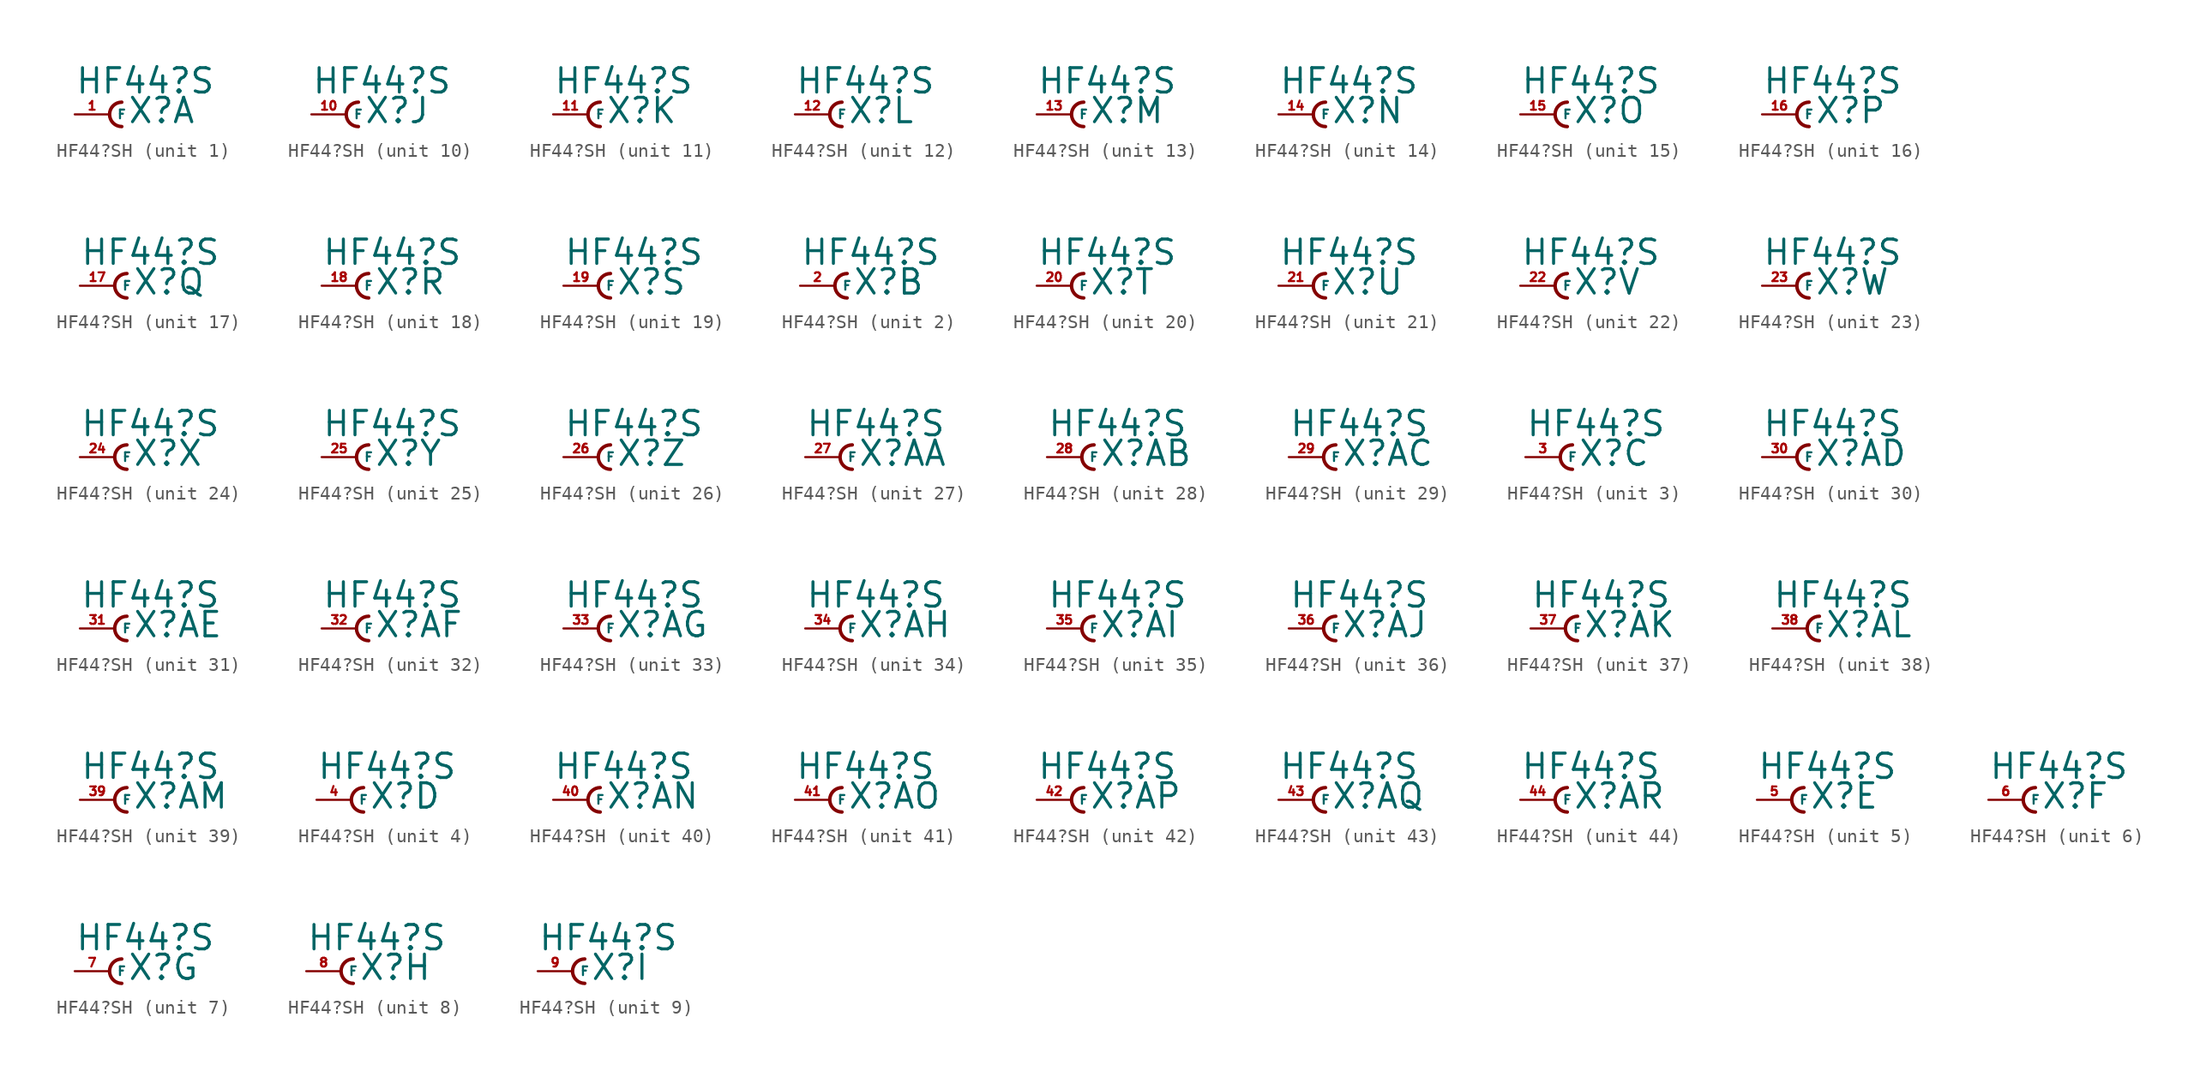
<source format=kicad_sym>
(kicad_symbol_lib
  (version 20220914)
  (generator Eagle2Kicad)
  (symbol "HF44?SH"
    (property "Reference" "X"
      (at 1.27 -0.762 0)
      (effects (font (size 1.778 1.778) (thickness 0.22)) (justify left bottom)))
    (property "Value" "HF44?S"
      (at -2.54 1.397 0)
      (effects (font (size 1.778 1.778) (thickness 0.22)) (justify left bottom)))
    (symbol "HF44?SH_1_0"
      (arc (start 0.889 0.889) (mid 0.000 0.000) (end 0.889 -0.889) (stroke (width 0.254) (type default)) (fill (type none)))
      (pin passive line (at -2.54 0 0) (length 2.54) (name "F" (effects (font (size 0.635 0.635) (thickness 0.08)) (justify left bottom))) (number "1" (effects (font (size 0.635 0.635) (thickness 0.08)) (justify left bottom)))))
    (symbol "HF44?SH_2_0"
      (arc (start 0.889 0.889) (mid 0.000 0.000) (end 0.889 -0.889) (stroke (width 0.254) (type default)) (fill (type none)))
      (pin passive line (at -2.54 0 0) (length 2.54) (name "F" (effects (font (size 0.635 0.635) (thickness 0.08)) (justify left bottom))) (number "2" (effects (font (size 0.635 0.635) (thickness 0.08)) (justify left bottom)))))
    (symbol "HF44?SH_3_0"
      (arc (start 0.889 0.889) (mid 0.000 0.000) (end 0.889 -0.889) (stroke (width 0.254) (type default)) (fill (type none)))
      (pin passive line (at -2.54 0 0) (length 2.54) (name "F" (effects (font (size 0.635 0.635) (thickness 0.08)) (justify left bottom))) (number "3" (effects (font (size 0.635 0.635) (thickness 0.08)) (justify left bottom)))))
    (symbol "HF44?SH_4_0"
      (arc (start 0.889 0.889) (mid 0.000 0.000) (end 0.889 -0.889) (stroke (width 0.254) (type default)) (fill (type none)))
      (pin passive line (at -2.54 0 0) (length 2.54) (name "F" (effects (font (size 0.635 0.635) (thickness 0.08)) (justify left bottom))) (number "4" (effects (font (size 0.635 0.635) (thickness 0.08)) (justify left bottom)))))
    (symbol "HF44?SH_5_0"
      (arc (start 0.889 0.889) (mid 0.000 0.000) (end 0.889 -0.889) (stroke (width 0.254) (type default)) (fill (type none)))
      (pin passive line (at -2.54 0 0) (length 2.54) (name "F" (effects (font (size 0.635 0.635) (thickness 0.08)) (justify left bottom))) (number "5" (effects (font (size 0.635 0.635) (thickness 0.08)) (justify left bottom)))))
    (symbol "HF44?SH_6_0"
      (arc (start 0.889 0.889) (mid 0.000 0.000) (end 0.889 -0.889) (stroke (width 0.254) (type default)) (fill (type none)))
      (pin passive line (at -2.54 0 0) (length 2.54) (name "F" (effects (font (size 0.635 0.635) (thickness 0.08)) (justify left bottom))) (number "6" (effects (font (size 0.635 0.635) (thickness 0.08)) (justify left bottom)))))
    (symbol "HF44?SH_7_0"
      (arc (start 0.889 0.889) (mid 0.000 0.000) (end 0.889 -0.889) (stroke (width 0.254) (type default)) (fill (type none)))
      (pin passive line (at -2.54 0 0) (length 2.54) (name "F" (effects (font (size 0.635 0.635) (thickness 0.08)) (justify left bottom))) (number "7" (effects (font (size 0.635 0.635) (thickness 0.08)) (justify left bottom)))))
    (symbol "HF44?SH_8_0"
      (arc (start 0.889 0.889) (mid 0.000 0.000) (end 0.889 -0.889) (stroke (width 0.254) (type default)) (fill (type none)))
      (pin passive line (at -2.54 0 0) (length 2.54) (name "F" (effects (font (size 0.635 0.635) (thickness 0.08)) (justify left bottom))) (number "8" (effects (font (size 0.635 0.635) (thickness 0.08)) (justify left bottom)))))
    (symbol "HF44?SH_9_0"
      (arc (start 0.889 0.889) (mid 0.000 0.000) (end 0.889 -0.889) (stroke (width 0.254) (type default)) (fill (type none)))
      (pin passive line (at -2.54 0 0) (length 2.54) (name "F" (effects (font (size 0.635 0.635) (thickness 0.08)) (justify left bottom))) (number "9" (effects (font (size 0.635 0.635) (thickness 0.08)) (justify left bottom)))))
    (symbol "HF44?SH_10_0"
      (arc (start 0.889 0.889) (mid 0.000 0.000) (end 0.889 -0.889) (stroke (width 0.254) (type default)) (fill (type none)))
      (pin passive line (at -2.54 0 0) (length 2.54) (name "F" (effects (font (size 0.635 0.635) (thickness 0.08)) (justify left bottom))) (number "10" (effects (font (size 0.635 0.635) (thickness 0.08)) (justify left bottom)))))
    (symbol "HF44?SH_11_0"
      (arc (start 0.889 0.889) (mid 0.000 0.000) (end 0.889 -0.889) (stroke (width 0.254) (type default)) (fill (type none)))
      (pin passive line (at -2.54 0 0) (length 2.54) (name "F" (effects (font (size 0.635 0.635) (thickness 0.08)) (justify left bottom))) (number "11" (effects (font (size 0.635 0.635) (thickness 0.08)) (justify left bottom)))))
    (symbol "HF44?SH_12_0"
      (arc (start 0.889 0.889) (mid 0.000 0.000) (end 0.889 -0.889) (stroke (width 0.254) (type default)) (fill (type none)))
      (pin passive line (at -2.54 0 0) (length 2.54) (name "F" (effects (font (size 0.635 0.635) (thickness 0.08)) (justify left bottom))) (number "12" (effects (font (size 0.635 0.635) (thickness 0.08)) (justify left bottom)))))
    (symbol "HF44?SH_13_0"
      (arc (start 0.889 0.889) (mid 0.000 0.000) (end 0.889 -0.889) (stroke (width 0.254) (type default)) (fill (type none)))
      (pin passive line (at -2.54 0 0) (length 2.54) (name "F" (effects (font (size 0.635 0.635) (thickness 0.08)) (justify left bottom))) (number "13" (effects (font (size 0.635 0.635) (thickness 0.08)) (justify left bottom)))))
    (symbol "HF44?SH_14_0"
      (arc (start 0.889 0.889) (mid 0.000 0.000) (end 0.889 -0.889) (stroke (width 0.254) (type default)) (fill (type none)))
      (pin passive line (at -2.54 0 0) (length 2.54) (name "F" (effects (font (size 0.635 0.635) (thickness 0.08)) (justify left bottom))) (number "14" (effects (font (size 0.635 0.635) (thickness 0.08)) (justify left bottom)))))
    (symbol "HF44?SH_15_0"
      (arc (start 0.889 0.889) (mid 0.000 0.000) (end 0.889 -0.889) (stroke (width 0.254) (type default)) (fill (type none)))
      (pin passive line (at -2.54 0 0) (length 2.54) (name "F" (effects (font (size 0.635 0.635) (thickness 0.08)) (justify left bottom))) (number "15" (effects (font (size 0.635 0.635) (thickness 0.08)) (justify left bottom)))))
    (symbol "HF44?SH_16_0"
      (arc (start 0.889 0.889) (mid 0.000 0.000) (end 0.889 -0.889) (stroke (width 0.254) (type default)) (fill (type none)))
      (pin passive line (at -2.54 0 0) (length 2.54) (name "F" (effects (font (size 0.635 0.635) (thickness 0.08)) (justify left bottom))) (number "16" (effects (font (size 0.635 0.635) (thickness 0.08)) (justify left bottom)))))
    (symbol "HF44?SH_17_0"
      (arc (start 0.889 0.889) (mid 0.000 0.000) (end 0.889 -0.889) (stroke (width 0.254) (type default)) (fill (type none)))
      (pin passive line (at -2.54 0 0) (length 2.54) (name "F" (effects (font (size 0.635 0.635) (thickness 0.08)) (justify left bottom))) (number "17" (effects (font (size 0.635 0.635) (thickness 0.08)) (justify left bottom)))))
    (symbol "HF44?SH_18_0"
      (arc (start 0.889 0.889) (mid 0.000 0.000) (end 0.889 -0.889) (stroke (width 0.254) (type default)) (fill (type none)))
      (pin passive line (at -2.54 0 0) (length 2.54) (name "F" (effects (font (size 0.635 0.635) (thickness 0.08)) (justify left bottom))) (number "18" (effects (font (size 0.635 0.635) (thickness 0.08)) (justify left bottom)))))
    (symbol "HF44?SH_19_0"
      (arc (start 0.889 0.889) (mid 0.000 0.000) (end 0.889 -0.889) (stroke (width 0.254) (type default)) (fill (type none)))
      (pin passive line (at -2.54 0 0) (length 2.54) (name "F" (effects (font (size 0.635 0.635) (thickness 0.08)) (justify left bottom))) (number "19" (effects (font (size 0.635 0.635) (thickness 0.08)) (justify left bottom)))))
    (symbol "HF44?SH_20_0"
      (arc (start 0.889 0.889) (mid 0.000 0.000) (end 0.889 -0.889) (stroke (width 0.254) (type default)) (fill (type none)))
      (pin passive line (at -2.54 0 0) (length 2.54) (name "F" (effects (font (size 0.635 0.635) (thickness 0.08)) (justify left bottom))) (number "20" (effects (font (size 0.635 0.635) (thickness 0.08)) (justify left bottom)))))
    (symbol "HF44?SH_21_0"
      (arc (start 0.889 0.889) (mid 0.000 0.000) (end 0.889 -0.889) (stroke (width 0.254) (type default)) (fill (type none)))
      (pin passive line (at -2.54 0 0) (length 2.54) (name "F" (effects (font (size 0.635 0.635) (thickness 0.08)) (justify left bottom))) (number "21" (effects (font (size 0.635 0.635) (thickness 0.08)) (justify left bottom)))))
    (symbol "HF44?SH_22_0"
      (arc (start 0.889 0.889) (mid 0.000 0.000) (end 0.889 -0.889) (stroke (width 0.254) (type default)) (fill (type none)))
      (pin passive line (at -2.54 0 0) (length 2.54) (name "F" (effects (font (size 0.635 0.635) (thickness 0.08)) (justify left bottom))) (number "22" (effects (font (size 0.635 0.635) (thickness 0.08)) (justify left bottom)))))
    (symbol "HF44?SH_23_0"
      (arc (start 0.889 0.889) (mid 0.000 0.000) (end 0.889 -0.889) (stroke (width 0.254) (type default)) (fill (type none)))
      (pin passive line (at -2.54 0 0) (length 2.54) (name "F" (effects (font (size 0.635 0.635) (thickness 0.08)) (justify left bottom))) (number "23" (effects (font (size 0.635 0.635) (thickness 0.08)) (justify left bottom)))))
    (symbol "HF44?SH_24_0"
      (arc (start 0.889 0.889) (mid 0.000 0.000) (end 0.889 -0.889) (stroke (width 0.254) (type default)) (fill (type none)))
      (pin passive line (at -2.54 0 0) (length 2.54) (name "F" (effects (font (size 0.635 0.635) (thickness 0.08)) (justify left bottom))) (number "24" (effects (font (size 0.635 0.635) (thickness 0.08)) (justify left bottom)))))
    (symbol "HF44?SH_25_0"
      (arc (start 0.889 0.889) (mid 0.000 0.000) (end 0.889 -0.889) (stroke (width 0.254) (type default)) (fill (type none)))
      (pin passive line (at -2.54 0 0) (length 2.54) (name "F" (effects (font (size 0.635 0.635) (thickness 0.08)) (justify left bottom))) (number "25" (effects (font (size 0.635 0.635) (thickness 0.08)) (justify left bottom)))))
    (symbol "HF44?SH_26_0"
      (arc (start 0.889 0.889) (mid 0.000 0.000) (end 0.889 -0.889) (stroke (width 0.254) (type default)) (fill (type none)))
      (pin passive line (at -2.54 0 0) (length 2.54) (name "F" (effects (font (size 0.635 0.635) (thickness 0.08)) (justify left bottom))) (number "26" (effects (font (size 0.635 0.635) (thickness 0.08)) (justify left bottom)))))
    (symbol "HF44?SH_27_0"
      (arc (start 0.889 0.889) (mid 0.000 0.000) (end 0.889 -0.889) (stroke (width 0.254) (type default)) (fill (type none)))
      (pin passive line (at -2.54 0 0) (length 2.54) (name "F" (effects (font (size 0.635 0.635) (thickness 0.08)) (justify left bottom))) (number "27" (effects (font (size 0.635 0.635) (thickness 0.08)) (justify left bottom)))))
    (symbol "HF44?SH_28_0"
      (arc (start 0.889 0.889) (mid 0.000 0.000) (end 0.889 -0.889) (stroke (width 0.254) (type default)) (fill (type none)))
      (pin passive line (at -2.54 0 0) (length 2.54) (name "F" (effects (font (size 0.635 0.635) (thickness 0.08)) (justify left bottom))) (number "28" (effects (font (size 0.635 0.635) (thickness 0.08)) (justify left bottom)))))
    (symbol "HF44?SH_29_0"
      (arc (start 0.889 0.889) (mid 0.000 0.000) (end 0.889 -0.889) (stroke (width 0.254) (type default)) (fill (type none)))
      (pin passive line (at -2.54 0 0) (length 2.54) (name "F" (effects (font (size 0.635 0.635) (thickness 0.08)) (justify left bottom))) (number "29" (effects (font (size 0.635 0.635) (thickness 0.08)) (justify left bottom)))))
    (symbol "HF44?SH_30_0"
      (arc (start 0.889 0.889) (mid 0.000 0.000) (end 0.889 -0.889) (stroke (width 0.254) (type default)) (fill (type none)))
      (pin passive line (at -2.54 0 0) (length 2.54) (name "F" (effects (font (size 0.635 0.635) (thickness 0.08)) (justify left bottom))) (number "30" (effects (font (size 0.635 0.635) (thickness 0.08)) (justify left bottom)))))
    (symbol "HF44?SH_31_0"
      (arc (start 0.889 0.889) (mid 0.000 0.000) (end 0.889 -0.889) (stroke (width 0.254) (type default)) (fill (type none)))
      (pin passive line (at -2.54 0 0) (length 2.54) (name "F" (effects (font (size 0.635 0.635) (thickness 0.08)) (justify left bottom))) (number "31" (effects (font (size 0.635 0.635) (thickness 0.08)) (justify left bottom)))))
    (symbol "HF44?SH_32_0"
      (arc (start 0.889 0.889) (mid 0.000 0.000) (end 0.889 -0.889) (stroke (width 0.254) (type default)) (fill (type none)))
      (pin passive line (at -2.54 0 0) (length 2.54) (name "F" (effects (font (size 0.635 0.635) (thickness 0.08)) (justify left bottom))) (number "32" (effects (font (size 0.635 0.635) (thickness 0.08)) (justify left bottom)))))
    (symbol "HF44?SH_33_0"
      (arc (start 0.889 0.889) (mid 0.000 0.000) (end 0.889 -0.889) (stroke (width 0.254) (type default)) (fill (type none)))
      (pin passive line (at -2.54 0 0) (length 2.54) (name "F" (effects (font (size 0.635 0.635) (thickness 0.08)) (justify left bottom))) (number "33" (effects (font (size 0.635 0.635) (thickness 0.08)) (justify left bottom)))))
    (symbol "HF44?SH_34_0"
      (arc (start 0.889 0.889) (mid 0.000 0.000) (end 0.889 -0.889) (stroke (width 0.254) (type default)) (fill (type none)))
      (pin passive line (at -2.54 0 0) (length 2.54) (name "F" (effects (font (size 0.635 0.635) (thickness 0.08)) (justify left bottom))) (number "34" (effects (font (size 0.635 0.635) (thickness 0.08)) (justify left bottom)))))
    (symbol "HF44?SH_35_0"
      (arc (start 0.889 0.889) (mid 0.000 0.000) (end 0.889 -0.889) (stroke (width 0.254) (type default)) (fill (type none)))
      (pin passive line (at -2.54 0 0) (length 2.54) (name "F" (effects (font (size 0.635 0.635) (thickness 0.08)) (justify left bottom))) (number "35" (effects (font (size 0.635 0.635) (thickness 0.08)) (justify left bottom)))))
    (symbol "HF44?SH_36_0"
      (arc (start 0.889 0.889) (mid 0.000 0.000) (end 0.889 -0.889) (stroke (width 0.254) (type default)) (fill (type none)))
      (pin passive line (at -2.54 0 0) (length 2.54) (name "F" (effects (font (size 0.635 0.635) (thickness 0.08)) (justify left bottom))) (number "36" (effects (font (size 0.635 0.635) (thickness 0.08)) (justify left bottom)))))
    (symbol "HF44?SH_37_0"
      (arc (start 0.889 0.889) (mid 0.000 0.000) (end 0.889 -0.889) (stroke (width 0.254) (type default)) (fill (type none)))
      (pin passive line (at -2.54 0 0) (length 2.54) (name "F" (effects (font (size 0.635 0.635) (thickness 0.08)) (justify left bottom))) (number "37" (effects (font (size 0.635 0.635) (thickness 0.08)) (justify left bottom)))))
    (symbol "HF44?SH_38_0"
      (arc (start 0.889 0.889) (mid 0.000 0.000) (end 0.889 -0.889) (stroke (width 0.254) (type default)) (fill (type none)))
      (pin passive line (at -2.54 0 0) (length 2.54) (name "F" (effects (font (size 0.635 0.635) (thickness 0.08)) (justify left bottom))) (number "38" (effects (font (size 0.635 0.635) (thickness 0.08)) (justify left bottom)))))
    (symbol "HF44?SH_39_0"
      (arc (start 0.889 0.889) (mid 0.000 0.000) (end 0.889 -0.889) (stroke (width 0.254) (type default)) (fill (type none)))
      (pin passive line (at -2.54 0 0) (length 2.54) (name "F" (effects (font (size 0.635 0.635) (thickness 0.08)) (justify left bottom))) (number "39" (effects (font (size 0.635 0.635) (thickness 0.08)) (justify left bottom)))))
    (symbol "HF44?SH_40_0"
      (arc (start 0.889 0.889) (mid 0.000 0.000) (end 0.889 -0.889) (stroke (width 0.254) (type default)) (fill (type none)))
      (pin passive line (at -2.54 0 0) (length 2.54) (name "F" (effects (font (size 0.635 0.635) (thickness 0.08)) (justify left bottom))) (number "40" (effects (font (size 0.635 0.635) (thickness 0.08)) (justify left bottom)))))
    (symbol "HF44?SH_41_0"
      (arc (start 0.889 0.889) (mid 0.000 0.000) (end 0.889 -0.889) (stroke (width 0.254) (type default)) (fill (type none)))
      (pin passive line (at -2.54 0 0) (length 2.54) (name "F" (effects (font (size 0.635 0.635) (thickness 0.08)) (justify left bottom))) (number "41" (effects (font (size 0.635 0.635) (thickness 0.08)) (justify left bottom)))))
    (symbol "HF44?SH_42_0"
      (arc (start 0.889 0.889) (mid 0.000 0.000) (end 0.889 -0.889) (stroke (width 0.254) (type default)) (fill (type none)))
      (pin passive line (at -2.54 0 0) (length 2.54) (name "F" (effects (font (size 0.635 0.635) (thickness 0.08)) (justify left bottom))) (number "42" (effects (font (size 0.635 0.635) (thickness 0.08)) (justify left bottom)))))
    (symbol "HF44?SH_43_0"
      (arc (start 0.889 0.889) (mid 0.000 0.000) (end 0.889 -0.889) (stroke (width 0.254) (type default)) (fill (type none)))
      (pin passive line (at -2.54 0 0) (length 2.54) (name "F" (effects (font (size 0.635 0.635) (thickness 0.08)) (justify left bottom))) (number "43" (effects (font (size 0.635 0.635) (thickness 0.08)) (justify left bottom)))))
    (symbol "HF44?SH_44_0"
      (arc (start 0.889 0.889) (mid 0.000 0.000) (end 0.889 -0.889) (stroke (width 0.254) (type default)) (fill (type none)))
      (pin passive line (at -2.54 0 0) (length 2.54) (name "F" (effects (font (size 0.635 0.635) (thickness 0.08)) (justify left bottom))) (number "44" (effects (font (size 0.635 0.635) (thickness 0.08)) (justify left bottom)))))))
</source>
